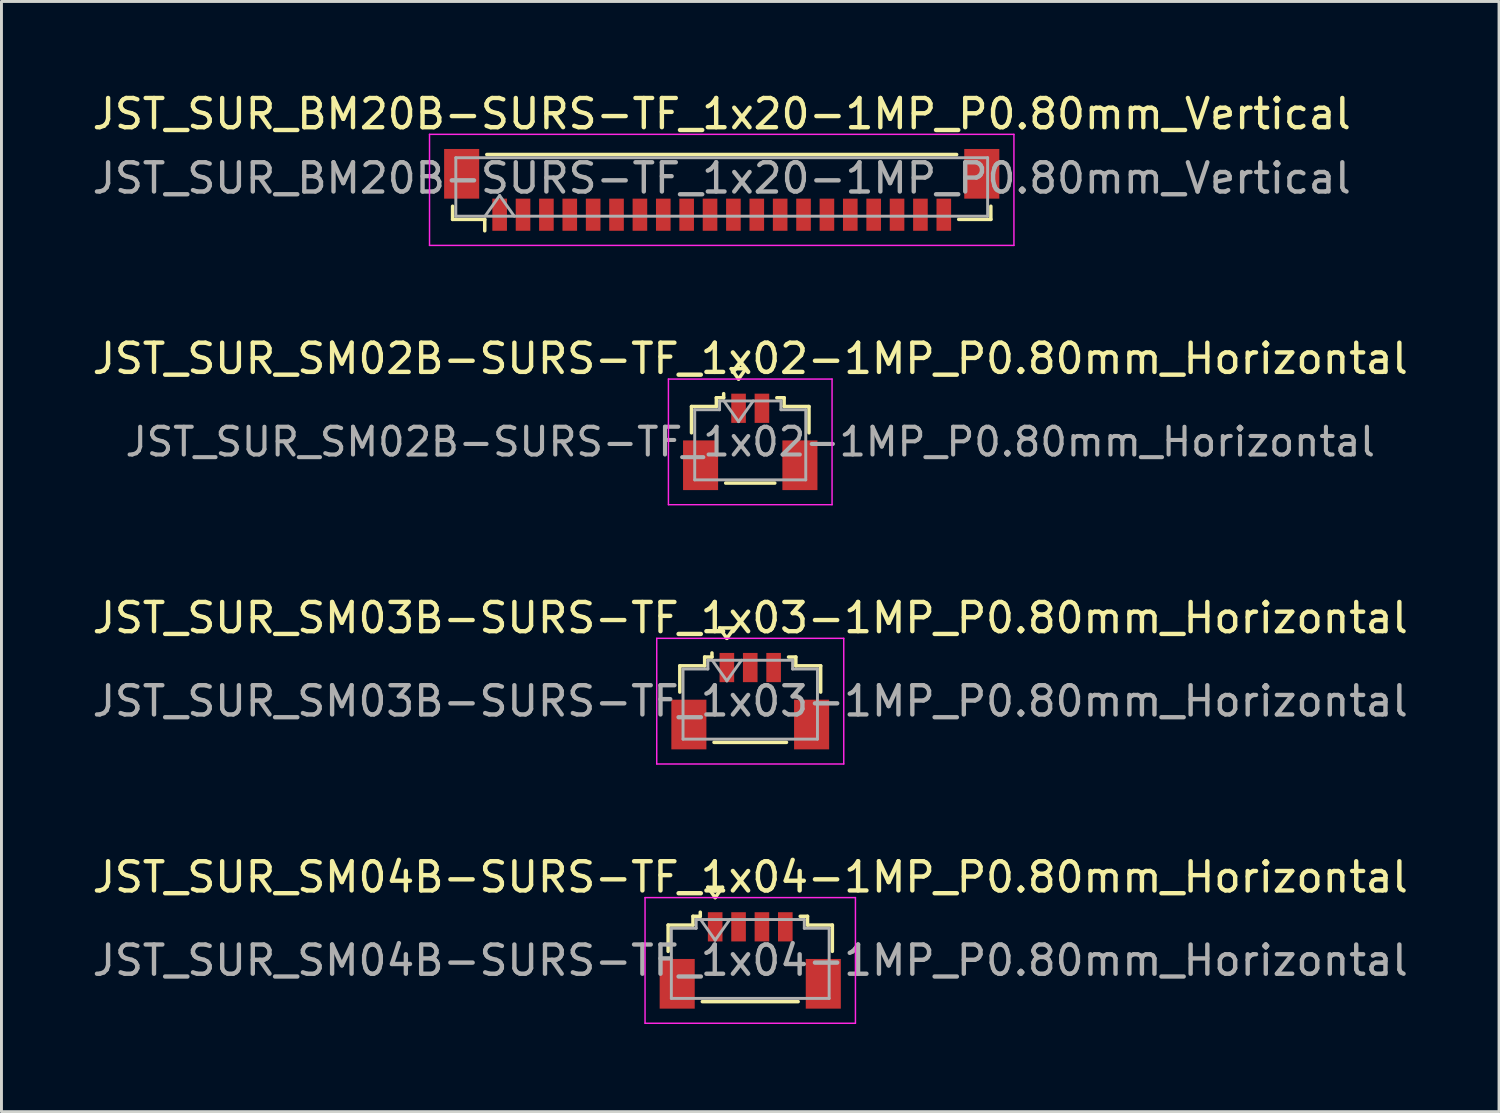
<source format=kicad_pcb>
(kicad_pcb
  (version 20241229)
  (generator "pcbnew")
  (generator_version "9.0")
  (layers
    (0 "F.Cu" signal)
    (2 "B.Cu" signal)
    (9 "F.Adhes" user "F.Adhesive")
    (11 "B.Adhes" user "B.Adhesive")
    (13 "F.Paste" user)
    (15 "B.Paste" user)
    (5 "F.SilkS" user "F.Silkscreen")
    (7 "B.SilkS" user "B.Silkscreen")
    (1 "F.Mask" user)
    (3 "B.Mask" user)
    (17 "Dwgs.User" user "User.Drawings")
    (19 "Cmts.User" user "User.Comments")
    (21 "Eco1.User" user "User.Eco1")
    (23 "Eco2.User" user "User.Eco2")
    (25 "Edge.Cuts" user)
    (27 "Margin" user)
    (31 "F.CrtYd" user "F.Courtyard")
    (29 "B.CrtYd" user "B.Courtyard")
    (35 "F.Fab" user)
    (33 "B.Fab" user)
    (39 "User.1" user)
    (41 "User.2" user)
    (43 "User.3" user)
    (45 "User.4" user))
  (footprint "JST_SUR_BM20B-SURS-TF_1x20-1MP_P0.80mm_Vertical"
    (layer "F.Cu")
    (at 21.649 3.448)
    (property "Reference" "JST_SUR_BM20B-SURS-TF_1x20-1MP_P0.80mm_Vertical" (at 0 -2.6 0) (layer "F.SilkS") (effects (font (size 1 1) (thickness 0.15))))
    (attr smd)
    (fp_line (start -9.21 0.56) (end -9.21 1.01) (stroke (width 0.12) (type solid)) (layer "F.SilkS"))
    (fp_line (start -9.21 1.01) (end -8.11 1.01) (stroke (width 0.12) (type solid)) (layer "F.SilkS"))
    (fp_line (start -8.11 1.01) (end -8.11 1.4) (stroke (width 0.12) (type solid)) (layer "F.SilkS"))
    (fp_line (start -8.04 -1.21) (end 8.04 -1.21) (stroke (width 0.12) (type solid)) (layer "F.SilkS"))
    (fp_line (start 9.21 0.56) (end 9.21 1.01) (stroke (width 0.12) (type solid)) (layer "F.SilkS"))
    (fp_line (start 9.21 1.01) (end 8.11 1.01) (stroke (width 0.12) (type solid)) (layer "F.SilkS"))
    (fp_line (start -10 -1.9) (end -10 1.9) (stroke (width 0.05) (type solid)) (layer "F.CrtYd"))
    (fp_line (start -10 1.9) (end 10 1.9) (stroke (width 0.05) (type solid)) (layer "F.CrtYd"))
    (fp_line (start 10 -1.9) (end -10 -1.9) (stroke (width 0.05) (type solid)) (layer "F.CrtYd"))
    (fp_line (start 10 1.9) (end 10 -1.9) (stroke (width 0.05) (type solid)) (layer "F.CrtYd"))
    (fp_line (start -9.1 -1.1) (end 9.1 -1.1) (stroke (width 0.1) (type solid)) (layer "F.Fab"))
    (fp_line (start -9.1 0.9) (end -9.1 -1.1) (stroke (width 0.1) (type solid)) (layer "F.Fab"))
    (fp_line (start -9.1 0.9) (end 9.1 0.9) (stroke (width 0.1) (type solid)) (layer "F.Fab"))
    (fp_line (start -8.1 0.9) (end -7.6 0.193) (stroke (width 0.1) (type solid)) (layer "F.Fab"))
    (fp_line (start -7.6 0.193) (end -7.1 0.9) (stroke (width 0.1) (type solid)) (layer "F.Fab"))
    (fp_line (start 9.1 0.9) (end 9.1 -1.1) (stroke (width 0.1) (type solid)) (layer "F.Fab"))
    (fp_text user "${REFERENCE}" (at 0 -0.4 0) (layer "F.Fab") (effects (font (size 1 1) (thickness 0.15))))
    (pad "1" smd rect (at -7.6 0.85) (size 0.5 1.1) (layers "F.Cu" "F.Mask" "F.Paste"))
    (pad "2" smd rect (at -6.8 0.85) (size 0.5 1.1) (layers "F.Cu" "F.Mask" "F.Paste"))
    (pad "3" smd rect (at -6 0.85) (size 0.5 1.1) (layers "F.Cu" "F.Mask" "F.Paste"))
    (pad "4" smd rect (at -5.2 0.85) (size 0.5 1.1) (layers "F.Cu" "F.Mask" "F.Paste"))
    (pad "5" smd rect (at -4.4 0.85) (size 0.5 1.1) (layers "F.Cu" "F.Mask" "F.Paste"))
    (pad "6" smd rect (at -3.6 0.85) (size 0.5 1.1) (layers "F.Cu" "F.Mask" "F.Paste"))
    (pad "7" smd rect (at -2.8 0.85) (size 0.5 1.1) (layers "F.Cu" "F.Mask" "F.Paste"))
    (pad "8" smd rect (at -2 0.85) (size 0.5 1.1) (layers "F.Cu" "F.Mask" "F.Paste"))
    (pad "9" smd rect (at -1.2 0.85) (size 0.5 1.1) (layers "F.Cu" "F.Mask" "F.Paste"))
    (pad "10" smd rect (at -0.4 0.85) (size 0.5 1.1) (layers "F.Cu" "F.Mask" "F.Paste"))
    (pad "11" smd rect (at 0.4 0.85) (size 0.5 1.1) (layers "F.Cu" "F.Mask" "F.Paste"))
    (pad "12" smd rect (at 1.2 0.85) (size 0.5 1.1) (layers "F.Cu" "F.Mask" "F.Paste"))
    (pad "13" smd rect (at 2 0.85) (size 0.5 1.1) (layers "F.Cu" "F.Mask" "F.Paste"))
    (pad "14" smd rect (at 2.8 0.85) (size 0.5 1.1) (layers "F.Cu" "F.Mask" "F.Paste"))
    (pad "15" smd rect (at 3.6 0.85) (size 0.5 1.1) (layers "F.Cu" "F.Mask" "F.Paste"))
    (pad "16" smd rect (at 4.4 0.85) (size 0.5 1.1) (layers "F.Cu" "F.Mask" "F.Paste"))
    (pad "17" smd rect (at 5.2 0.85) (size 0.5 1.1) (layers "F.Cu" "F.Mask" "F.Paste"))
    (pad "18" smd rect (at 6 0.85) (size 0.5 1.1) (layers "F.Cu" "F.Mask" "F.Paste"))
    (pad "19" smd rect (at 6.8 0.85) (size 0.5 1.1) (layers "F.Cu" "F.Mask" "F.Paste"))
    (pad "20" smd rect (at 7.6 0.85) (size 0.5 1.1) (layers "F.Cu" "F.Mask" "F.Paste"))
    (pad "MP" smd rect (at -8.9 -0.55) (size 1.2 1.7) (layers "F.Cu" "F.Mask" "F.Paste"))
    (pad "MP" smd rect (at 8.9 -0.55) (size 1.2 1.7) (layers "F.Cu" "F.Mask" "F.Paste")))
  (footprint "JST_SUR_SM02B-SURS-TF_1x02-1MP_P0.80mm_Horizontal"
    (layer "F.Cu")
    (at 22.625 12.072)
    (property "Reference" "JST_SUR_SM02B-SURS-TF_1x02-1MP_P0.80mm_Horizontal" (at 0 -2.85 0) (layer "F.SilkS") (effects (font (size 1 1) (thickness 0.15))))
    (attr smd)
    (fp_line (start -2.01 -1.21) (end -1.16 -1.21) (stroke (width 0.12) (type solid)) (layer "F.SilkS"))
    (fp_line (start -2.01 -0.31) (end -2.01 -1.21) (stroke (width 0.12) (type solid)) (layer "F.SilkS"))
    (fp_line (start -1.16 -1.51) (end -0.91 -1.51) (stroke (width 0.12) (type solid)) (layer "F.SilkS"))
    (fp_line (start -1.16 -1.21) (end -1.16 -1.51) (stroke (width 0.12) (type solid)) (layer "F.SilkS"))
    (fp_line (start -0.91 -1.51) (end -0.91 -1.65) (stroke (width 0.12) (type solid)) (layer "F.SilkS"))
    (fp_line (start -0.84 1.41) (end 0.84 1.41) (stroke (width 0.12) (type solid)) (layer "F.SilkS"))
    (fp_line (start -0.65 -2.504) (end -0.4 -2.15) (stroke (width 0.12) (type solid)) (layer "F.SilkS"))
    (fp_line (start -0.4 -2.15) (end -0.15 -2.504) (stroke (width 0.12) (type solid)) (layer "F.SilkS"))
    (fp_line (start -0.15 -2.504) (end -0.65 -2.504) (stroke (width 0.12) (type solid)) (layer "F.SilkS"))
    (fp_line (start 1.16 -1.51) (end 0.91 -1.51) (stroke (width 0.12) (type solid)) (layer "F.SilkS"))
    (fp_line (start 1.16 -1.21) (end 1.16 -1.51) (stroke (width 0.12) (type solid)) (layer "F.SilkS"))
    (fp_line (start 2.01 -1.21) (end 1.16 -1.21) (stroke (width 0.12) (type solid)) (layer "F.SilkS"))
    (fp_line (start 2.01 -0.31) (end 2.01 -1.21) (stroke (width 0.12) (type solid)) (layer "F.SilkS"))
    (fp_line (start -2.8 -2.15) (end -2.8 2.15) (stroke (width 0.05) (type solid)) (layer "F.CrtYd"))
    (fp_line (start -2.8 2.15) (end 2.8 2.15) (stroke (width 0.05) (type solid)) (layer "F.CrtYd"))
    (fp_line (start 2.8 -2.15) (end -2.8 -2.15) (stroke (width 0.05) (type solid)) (layer "F.CrtYd"))
    (fp_line (start 2.8 2.15) (end 2.8 -2.15) (stroke (width 0.05) (type solid)) (layer "F.CrtYd"))
    (fp_line (start -1.9 -1.1) (end -1.9 1.3) (stroke (width 0.1) (type solid)) (layer "F.Fab"))
    (fp_line (start -1.9 -1.1) (end -1.05 -1.1) (stroke (width 0.1) (type solid)) (layer "F.Fab"))
    (fp_line (start -1.9 1.3) (end 1.9 1.3) (stroke (width 0.1) (type solid)) (layer "F.Fab"))
    (fp_line (start -1.05 -1.4) (end 1.05 -1.4) (stroke (width 0.1) (type solid)) (layer "F.Fab"))
    (fp_line (start -1.05 -1.1) (end -1.05 -1.4) (stroke (width 0.1) (type solid)) (layer "F.Fab"))
    (fp_line (start -0.9 -1.4) (end -0.4 -0.693) (stroke (width 0.1) (type solid)) (layer "F.Fab"))
    (fp_line (start -0.4 -0.693) (end 0.1 -1.4) (stroke (width 0.1) (type solid)) (layer "F.Fab"))
    (fp_line (start 1.05 -1.4) (end 1.05 -1.1) (stroke (width 0.1) (type solid)) (layer "F.Fab"))
    (fp_line (start 1.05 -1.1) (end 1.9 -1.1) (stroke (width 0.1) (type solid)) (layer "F.Fab"))
    (fp_line (start 1.9 -1.1) (end 1.9 1.3) (stroke (width 0.1) (type solid)) (layer "F.Fab"))
    (fp_text user "${REFERENCE}" (at 0 0 0) (layer "F.Fab") (effects (font (size 0.95 0.95) (thickness 0.14))))
    (pad "1" smd rect (at -0.4 -1.15) (size 0.5 1) (layers "F.Cu" "F.Mask" "F.Paste"))
    (pad "2" smd rect (at 0.4 -1.15) (size 0.5 1) (layers "F.Cu" "F.Mask" "F.Paste"))
    (pad "MP" smd rect (at -1.7 0.8) (size 1.2 1.7) (layers "F.Cu" "F.Mask" "F.Paste"))
    (pad "MP" smd rect (at 1.7 0.8) (size 1.2 1.7) (layers "F.Cu" "F.Mask" "F.Paste")))
  (footprint "JST_SUR_SM03B-SURS-TF_1x03-1MP_P0.80mm_Horizontal"
    (layer "F.Cu")
    (at 22.625 20.945)
    (property "Reference" "JST_SUR_SM03B-SURS-TF_1x03-1MP_P0.80mm_Horizontal" (at 0 -2.85 0) (layer "F.SilkS") (effects (font (size 1 1) (thickness 0.15))))
    (attr smd)
    (fp_line (start -2.41 -1.21) (end -1.56 -1.21) (stroke (width 0.12) (type solid)) (layer "F.SilkS"))
    (fp_line (start -2.41 -0.31) (end -2.41 -1.21) (stroke (width 0.12) (type solid)) (layer "F.SilkS"))
    (fp_line (start -1.56 -1.51) (end -1.31 -1.51) (stroke (width 0.12) (type solid)) (layer "F.SilkS"))
    (fp_line (start -1.56 -1.21) (end -1.56 -1.51) (stroke (width 0.12) (type solid)) (layer "F.SilkS"))
    (fp_line (start -1.31 -1.51) (end -1.31 -1.65) (stroke (width 0.12) (type solid)) (layer "F.SilkS"))
    (fp_line (start -1.24 1.41) (end 1.24 1.41) (stroke (width 0.12) (type solid)) (layer "F.SilkS"))
    (fp_line (start -1.05 -2.504) (end -0.8 -2.15) (stroke (width 0.12) (type solid)) (layer "F.SilkS"))
    (fp_line (start -0.8 -2.15) (end -0.55 -2.504) (stroke (width 0.12) (type solid)) (layer "F.SilkS"))
    (fp_line (start -0.55 -2.504) (end -1.05 -2.504) (stroke (width 0.12) (type solid)) (layer "F.SilkS"))
    (fp_line (start 1.56 -1.51) (end 1.31 -1.51) (stroke (width 0.12) (type solid)) (layer "F.SilkS"))
    (fp_line (start 1.56 -1.21) (end 1.56 -1.51) (stroke (width 0.12) (type solid)) (layer "F.SilkS"))
    (fp_line (start 2.41 -1.21) (end 1.56 -1.21) (stroke (width 0.12) (type solid)) (layer "F.SilkS"))
    (fp_line (start 2.41 -0.31) (end 2.41 -1.21) (stroke (width 0.12) (type solid)) (layer "F.SilkS"))
    (fp_line (start -3.2 -2.15) (end -3.2 2.15) (stroke (width 0.05) (type solid)) (layer "F.CrtYd"))
    (fp_line (start -3.2 2.15) (end 3.2 2.15) (stroke (width 0.05) (type solid)) (layer "F.CrtYd"))
    (fp_line (start 3.2 -2.15) (end -3.2 -2.15) (stroke (width 0.05) (type solid)) (layer "F.CrtYd"))
    (fp_line (start 3.2 2.15) (end 3.2 -2.15) (stroke (width 0.05) (type solid)) (layer "F.CrtYd"))
    (fp_line (start -2.3 -1.1) (end -2.3 1.3) (stroke (width 0.1) (type solid)) (layer "F.Fab"))
    (fp_line (start -2.3 -1.1) (end -1.45 -1.1) (stroke (width 0.1) (type solid)) (layer "F.Fab"))
    (fp_line (start -2.3 1.3) (end 2.3 1.3) (stroke (width 0.1) (type solid)) (layer "F.Fab"))
    (fp_line (start -1.45 -1.4) (end 1.45 -1.4) (stroke (width 0.1) (type solid)) (layer "F.Fab"))
    (fp_line (start -1.45 -1.1) (end -1.45 -1.4) (stroke (width 0.1) (type solid)) (layer "F.Fab"))
    (fp_line (start -1.3 -1.4) (end -0.8 -0.693) (stroke (width 0.1) (type solid)) (layer "F.Fab"))
    (fp_line (start -0.8 -0.693) (end -0.3 -1.4) (stroke (width 0.1) (type solid)) (layer "F.Fab"))
    (fp_line (start 1.45 -1.4) (end 1.45 -1.1) (stroke (width 0.1) (type solid)) (layer "F.Fab"))
    (fp_line (start 1.45 -1.1) (end 2.3 -1.1) (stroke (width 0.1) (type solid)) (layer "F.Fab"))
    (fp_line (start 2.3 -1.1) (end 2.3 1.3) (stroke (width 0.1) (type solid)) (layer "F.Fab"))
    (fp_text user "${REFERENCE}" (at 0 0 0) (layer "F.Fab") (effects (font (size 1 1) (thickness 0.15))))
    (pad "1" smd rect (at -0.8 -1.15) (size 0.5 1) (layers "F.Cu" "F.Mask" "F.Paste"))
    (pad "2" smd rect (at 0 -1.15) (size 0.5 1) (layers "F.Cu" "F.Mask" "F.Paste"))
    (pad "3" smd rect (at 0.8 -1.15) (size 0.5 1) (layers "F.Cu" "F.Mask" "F.Paste"))
    (pad "MP" smd rect (at -2.1 0.8) (size 1.2 1.7) (layers "F.Cu" "F.Mask" "F.Paste"))
    (pad "MP" smd rect (at 2.1 0.8) (size 1.2 1.7) (layers "F.Cu" "F.Mask" "F.Paste")))
  (footprint "JST_SUR_SM04B-SURS-TF_1x04-1MP_P0.80mm_Horizontal"
    (layer "F.Cu")
    (at 22.625 29.818)
    (property "Reference" "JST_SUR_SM04B-SURS-TF_1x04-1MP_P0.80mm_Horizontal" (at 0 -2.85 0) (layer "F.SilkS") (effects (font (size 1 1) (thickness 0.15))))
    (attr smd)
    (fp_line (start -2.81 -1.21) (end -1.96 -1.21) (stroke (width 0.12) (type solid)) (layer "F.SilkS"))
    (fp_line (start -2.81 -0.31) (end -2.81 -1.21) (stroke (width 0.12) (type solid)) (layer "F.SilkS"))
    (fp_line (start -1.96 -1.51) (end -1.71 -1.51) (stroke (width 0.12) (type solid)) (layer "F.SilkS"))
    (fp_line (start -1.96 -1.21) (end -1.96 -1.51) (stroke (width 0.12) (type solid)) (layer "F.SilkS"))
    (fp_line (start -1.71 -1.51) (end -1.71 -1.65) (stroke (width 0.12) (type solid)) (layer "F.SilkS"))
    (fp_line (start -1.64 1.41) (end 1.64 1.41) (stroke (width 0.12) (type solid)) (layer "F.SilkS"))
    (fp_line (start -1.45 -2.504) (end -1.2 -2.15) (stroke (width 0.12) (type solid)) (layer "F.SilkS"))
    (fp_line (start -1.2 -2.15) (end -0.95 -2.504) (stroke (width 0.12) (type solid)) (layer "F.SilkS"))
    (fp_line (start -0.95 -2.504) (end -1.45 -2.504) (stroke (width 0.12) (type solid)) (layer "F.SilkS"))
    (fp_line (start 1.96 -1.51) (end 1.71 -1.51) (stroke (width 0.12) (type solid)) (layer "F.SilkS"))
    (fp_line (start 1.96 -1.21) (end 1.96 -1.51) (stroke (width 0.12) (type solid)) (layer "F.SilkS"))
    (fp_line (start 2.81 -1.21) (end 1.96 -1.21) (stroke (width 0.12) (type solid)) (layer "F.SilkS"))
    (fp_line (start 2.81 -0.31) (end 2.81 -1.21) (stroke (width 0.12) (type solid)) (layer "F.SilkS"))
    (fp_line (start -3.6 -2.15) (end -3.6 2.15) (stroke (width 0.05) (type solid)) (layer "F.CrtYd"))
    (fp_line (start -3.6 2.15) (end 3.6 2.15) (stroke (width 0.05) (type solid)) (layer "F.CrtYd"))
    (fp_line (start 3.6 -2.15) (end -3.6 -2.15) (stroke (width 0.05) (type solid)) (layer "F.CrtYd"))
    (fp_line (start 3.6 2.15) (end 3.6 -2.15) (stroke (width 0.05) (type solid)) (layer "F.CrtYd"))
    (fp_line (start -2.7 -1.1) (end -2.7 1.3) (stroke (width 0.1) (type solid)) (layer "F.Fab"))
    (fp_line (start -2.7 -1.1) (end -1.85 -1.1) (stroke (width 0.1) (type solid)) (layer "F.Fab"))
    (fp_line (start -2.7 1.3) (end 2.7 1.3) (stroke (width 0.1) (type solid)) (layer "F.Fab"))
    (fp_line (start -1.85 -1.4) (end 1.85 -1.4) (stroke (width 0.1) (type solid)) (layer "F.Fab"))
    (fp_line (start -1.85 -1.1) (end -1.85 -1.4) (stroke (width 0.1) (type solid)) (layer "F.Fab"))
    (fp_line (start -1.7 -1.4) (end -1.2 -0.693) (stroke (width 0.1) (type solid)) (layer "F.Fab"))
    (fp_line (start -1.2 -0.693) (end -0.7 -1.4) (stroke (width 0.1) (type solid)) (layer "F.Fab"))
    (fp_line (start 1.85 -1.4) (end 1.85 -1.1) (stroke (width 0.1) (type solid)) (layer "F.Fab"))
    (fp_line (start 1.85 -1.1) (end 2.7 -1.1) (stroke (width 0.1) (type solid)) (layer "F.Fab"))
    (fp_line (start 2.7 -1.1) (end 2.7 1.3) (stroke (width 0.1) (type solid)) (layer "F.Fab"))
    (fp_text user "${REFERENCE}" (at 0 0 0) (layer "F.Fab") (effects (font (size 1 1) (thickness 0.15))))
    (pad "1" smd rect (at -1.2 -1.15) (size 0.5 1) (layers "F.Cu" "F.Mask" "F.Paste"))
    (pad "2" smd rect (at -0.4 -1.15) (size 0.5 1) (layers "F.Cu" "F.Mask" "F.Paste"))
    (pad "3" smd rect (at 0.4 -1.15) (size 0.5 1) (layers "F.Cu" "F.Mask" "F.Paste"))
    (pad "4" smd rect (at 1.2 -1.15) (size 0.5 1) (layers "F.Cu" "F.Mask" "F.Paste"))
    (pad "MP" smd rect (at -2.5 0.8) (size 1.2 1.7) (layers "F.Cu" "F.Mask" "F.Paste"))
    (pad "MP" smd rect (at 2.5 0.8) (size 1.2 1.7) (layers "F.Cu" "F.Mask" "F.Paste")))
  (gr_rect
    (start -3 -3)
    (end 48.25 34.993)
    (stroke (width 0.1) (type default))
    (fill no)
    (layer "Edge.Cuts")))
</source>
